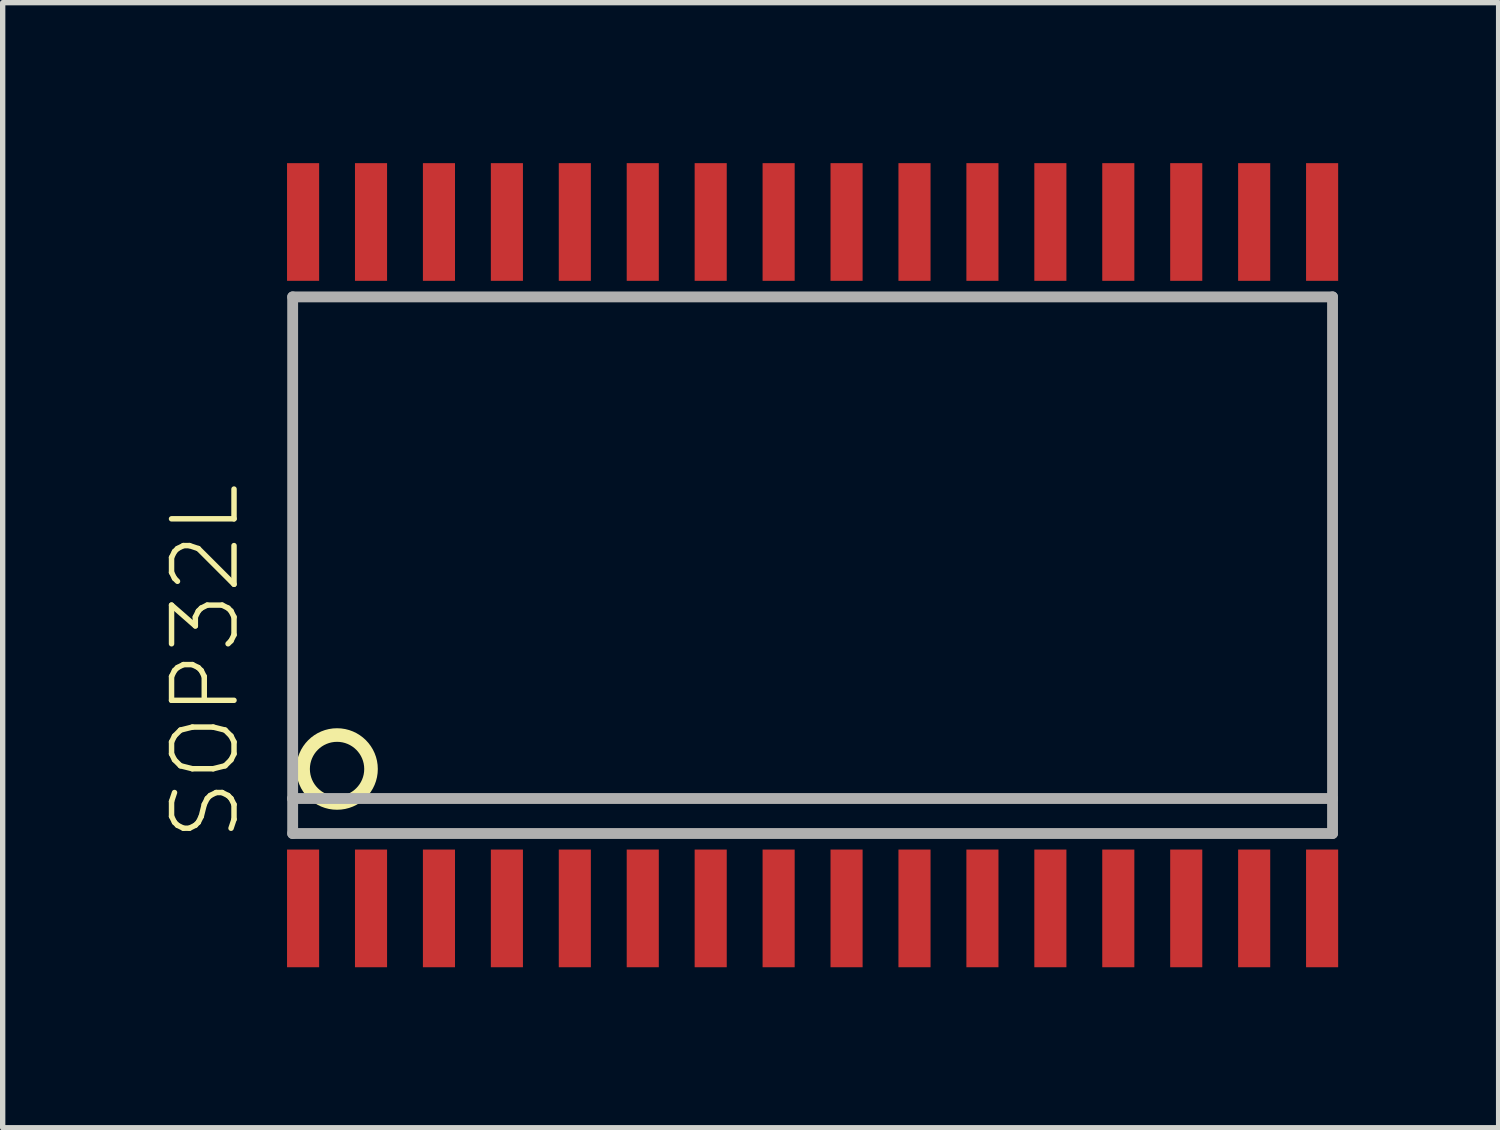
<source format=kicad_pcb>
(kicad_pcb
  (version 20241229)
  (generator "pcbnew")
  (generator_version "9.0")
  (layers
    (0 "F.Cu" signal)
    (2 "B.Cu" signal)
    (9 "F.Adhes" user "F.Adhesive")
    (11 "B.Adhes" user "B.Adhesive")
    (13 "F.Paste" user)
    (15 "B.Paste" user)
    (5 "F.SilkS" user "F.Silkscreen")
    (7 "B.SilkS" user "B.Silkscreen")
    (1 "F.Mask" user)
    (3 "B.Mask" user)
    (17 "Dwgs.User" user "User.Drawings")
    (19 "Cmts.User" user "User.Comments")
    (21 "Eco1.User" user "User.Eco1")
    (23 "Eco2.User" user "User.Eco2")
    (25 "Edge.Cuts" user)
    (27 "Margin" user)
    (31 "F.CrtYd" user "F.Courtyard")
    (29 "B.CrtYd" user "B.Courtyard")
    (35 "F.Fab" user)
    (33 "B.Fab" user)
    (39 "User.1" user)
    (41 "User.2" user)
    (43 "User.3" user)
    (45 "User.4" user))
  (footprint "SOP32L"
    (layer "F.Cu")
    (at 12.141 7.516)
    (property "Reference" "SOP32L" (at -10.668 5.207 90) (layer "F.SilkS") (effects (font (size 1.168 1.168) (thickness 0.102)) (justify left bottom)))
    (fp_circle (center -8.89 3.81) (end -8.255 3.81) (stroke (width 0.254) (type solid)) (fill no) (layer "F.SilkS"))
    (fp_line (start -9.72 -5.016) (end 9.72 -5.016) (stroke (width 0.203) (type solid)) (layer "F.Fab"))
    (fp_line (start -9.72 4.362) (end -9.72 -5.016) (stroke (width 0.203) (type solid)) (layer "F.Fab"))
    (fp_line (start -9.72 5.016) (end -9.72 4.362) (stroke (width 0.203) (type solid)) (layer "F.Fab"))
    (fp_line (start 9.72 -5.016) (end 9.72 4.362) (stroke (width 0.203) (type solid)) (layer "F.Fab"))
    (fp_line (start 9.72 4.362) (end -9.72 4.362) (stroke (width 0.203) (type solid)) (layer "F.Fab"))
    (fp_line (start 9.72 4.362) (end 9.72 5.016) (stroke (width 0.203) (type solid)) (layer "F.Fab"))
    (fp_line (start 9.72 5.016) (end -9.72 5.016) (stroke (width 0.203) (type solid)) (layer "F.Fab"))
    (pad "1" smd rect (at -9.525 6.416) (size 0.6 2.2) (layers "F.Cu" "F.Mask" "F.Paste"))
    (pad "2" smd rect (at -8.255 6.416) (size 0.6 2.2) (layers "F.Cu" "F.Mask" "F.Paste"))
    (pad "3" smd rect (at -6.985 6.416) (size 0.6 2.2) (layers "F.Cu" "F.Mask" "F.Paste"))
    (pad "4" smd rect (at -5.715 6.416) (size 0.6 2.2) (layers "F.Cu" "F.Mask" "F.Paste"))
    (pad "5" smd rect (at -4.445 6.416) (size 0.6 2.2) (layers "F.Cu" "F.Mask" "F.Paste"))
    (pad "6" smd rect (at -3.175 6.416) (size 0.6 2.2) (layers "F.Cu" "F.Mask" "F.Paste"))
    (pad "7" smd rect (at -1.905 6.416) (size 0.6 2.2) (layers "F.Cu" "F.Mask" "F.Paste"))
    (pad "8" smd rect (at -0.635 6.416) (size 0.6 2.2) (layers "F.Cu" "F.Mask" "F.Paste"))
    (pad "9" smd rect (at 0.635 6.416) (size 0.6 2.2) (layers "F.Cu" "F.Mask" "F.Paste"))
    (pad "10" smd rect (at 1.905 6.416) (size 0.6 2.2) (layers "F.Cu" "F.Mask" "F.Paste"))
    (pad "11" smd rect (at 3.175 6.416) (size 0.6 2.2) (layers "F.Cu" "F.Mask" "F.Paste"))
    (pad "12" smd rect (at 4.445 6.416) (size 0.6 2.2) (layers "F.Cu" "F.Mask" "F.Paste"))
    (pad "13" smd rect (at 5.715 6.416) (size 0.6 2.2) (layers "F.Cu" "F.Mask" "F.Paste"))
    (pad "14" smd rect (at 6.985 6.416) (size 0.6 2.2) (layers "F.Cu" "F.Mask" "F.Paste"))
    (pad "15" smd rect (at 8.255 6.416) (size 0.6 2.2) (layers "F.Cu" "F.Mask" "F.Paste"))
    (pad "16" smd rect (at 9.525 6.416) (size 0.6 2.2) (layers "F.Cu" "F.Mask" "F.Paste"))
    (pad "17" smd rect (at 9.525 -6.416) (size 0.6 2.2) (layers "F.Cu" "F.Mask" "F.Paste"))
    (pad "18" smd rect (at 8.255 -6.416) (size 0.6 2.2) (layers "F.Cu" "F.Mask" "F.Paste"))
    (pad "19" smd rect (at 6.985 -6.416) (size 0.6 2.2) (layers "F.Cu" "F.Mask" "F.Paste"))
    (pad "20" smd rect (at 5.715 -6.416) (size 0.6 2.2) (layers "F.Cu" "F.Mask" "F.Paste"))
    (pad "21" smd rect (at 4.445 -6.416) (size 0.6 2.2) (layers "F.Cu" "F.Mask" "F.Paste"))
    (pad "22" smd rect (at 3.175 -6.416) (size 0.6 2.2) (layers "F.Cu" "F.Mask" "F.Paste"))
    (pad "23" smd rect (at 1.905 -6.416) (size 0.6 2.2) (layers "F.Cu" "F.Mask" "F.Paste"))
    (pad "24" smd rect (at 0.635 -6.416) (size 0.6 2.2) (layers "F.Cu" "F.Mask" "F.Paste"))
    (pad "25" smd rect (at -0.635 -6.416) (size 0.6 2.2) (layers "F.Cu" "F.Mask" "F.Paste"))
    (pad "26" smd rect (at -1.905 -6.416) (size 0.6 2.2) (layers "F.Cu" "F.Mask" "F.Paste"))
    (pad "27" smd rect (at -3.175 -6.416) (size 0.6 2.2) (layers "F.Cu" "F.Mask" "F.Paste"))
    (pad "28" smd rect (at -4.445 -6.416) (size 0.6 2.2) (layers "F.Cu" "F.Mask" "F.Paste"))
    (pad "29" smd rect (at -5.715 -6.416) (size 0.6 2.2) (layers "F.Cu" "F.Mask" "F.Paste"))
    (pad "30" smd rect (at -6.985 -6.416) (size 0.6 2.2) (layers "F.Cu" "F.Mask" "F.Paste"))
    (pad "31" smd rect (at -8.255 -6.416) (size 0.6 2.2) (layers "F.Cu" "F.Mask" "F.Paste"))
    (pad "32" smd rect (at -9.525 -6.416) (size 0.6 2.2) (layers "F.Cu" "F.Mask" "F.Paste")))
  (gr_rect
    (start -3 -3)
    (end 24.966 18.032)
    (stroke (width 0.1) (type default))
    (fill no)
    (layer "Edge.Cuts")))
</source>
